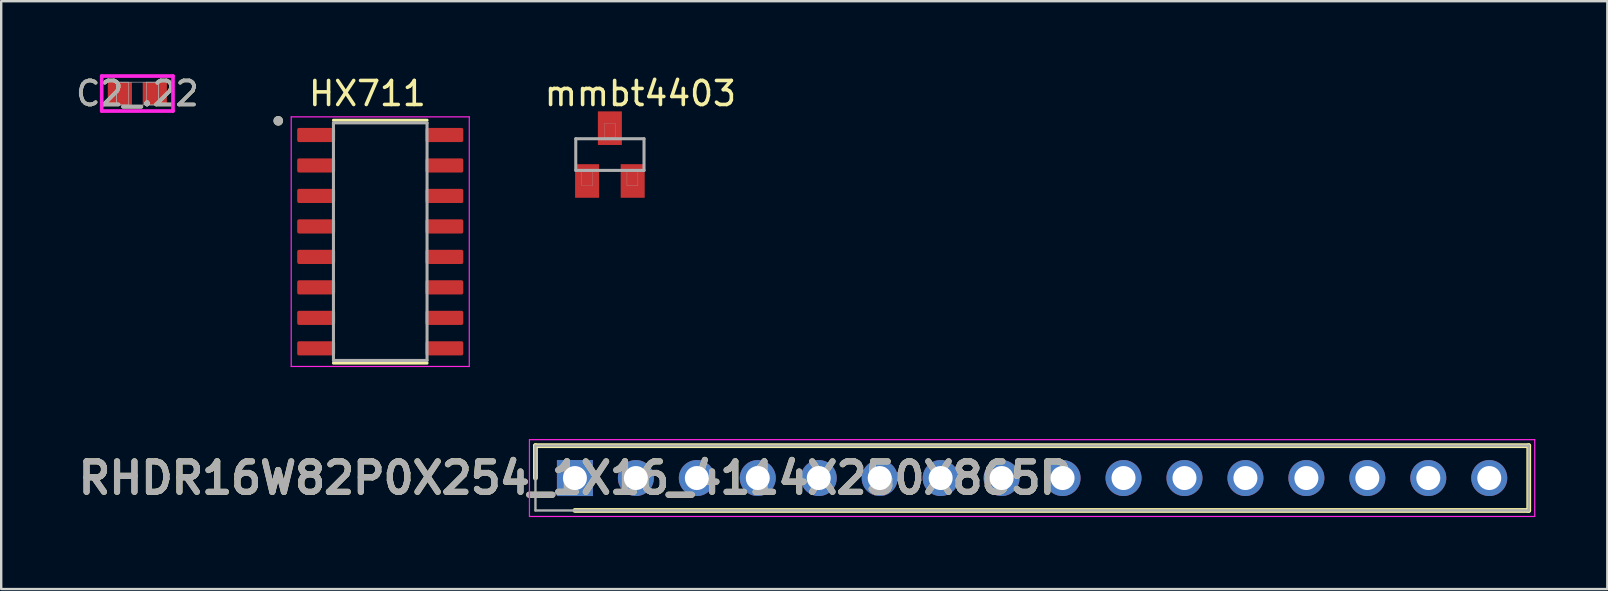
<source format=kicad_pcb>
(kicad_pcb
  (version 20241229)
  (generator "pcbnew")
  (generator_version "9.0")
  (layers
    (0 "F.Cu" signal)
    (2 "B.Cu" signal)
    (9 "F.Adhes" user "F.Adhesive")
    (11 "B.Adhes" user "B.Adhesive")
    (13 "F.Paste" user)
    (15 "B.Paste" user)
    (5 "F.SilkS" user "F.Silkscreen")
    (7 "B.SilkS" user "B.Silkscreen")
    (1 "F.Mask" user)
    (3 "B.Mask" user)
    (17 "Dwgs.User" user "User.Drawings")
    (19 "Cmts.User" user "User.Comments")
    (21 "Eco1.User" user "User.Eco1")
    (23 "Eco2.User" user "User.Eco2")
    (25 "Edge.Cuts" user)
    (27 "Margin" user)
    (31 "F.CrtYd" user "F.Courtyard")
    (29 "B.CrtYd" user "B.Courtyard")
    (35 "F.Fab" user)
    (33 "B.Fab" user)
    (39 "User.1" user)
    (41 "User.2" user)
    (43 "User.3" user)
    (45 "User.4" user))
  (footprint "HX711"
    (layer "F.Cu")
    (at 12.795 7.02)
    (property "Reference" "HX711" (at -0.535 -6.172 0) (layer "F.SilkS") (effects (font (size 1 1) (thickness 0.15))))
    (attr smd)
    (fp_line (start -1.95 -5.06) (end 1.95 -5.06) (stroke (width 0.127) (type solid)) (layer "F.SilkS"))
    (fp_line (start -1.95 5.06) (end 1.95 5.06) (stroke (width 0.127) (type solid)) (layer "F.SilkS"))
    (fp_circle (center -4.25 -5.035) (end -4.15 -5.035) (stroke (width 0.2) (type solid)) (fill no) (layer "F.SilkS"))
    (fp_line (start -3.71 -5.2) (end -3.71 5.2) (stroke (width 0.05) (type solid)) (layer "F.CrtYd"))
    (fp_line (start -3.71 -5.2) (end 3.71 -5.2) (stroke (width 0.05) (type solid)) (layer "F.CrtYd"))
    (fp_line (start -3.71 5.2) (end 3.71 5.2) (stroke (width 0.05) (type solid)) (layer "F.CrtYd"))
    (fp_line (start 3.71 -5.2) (end 3.71 5.2) (stroke (width 0.05) (type solid)) (layer "F.CrtYd"))
    (fp_line (start -1.95 -4.95) (end -1.95 4.95) (stroke (width 0.127) (type solid)) (layer "F.Fab"))
    (fp_line (start -1.95 -4.95) (end 1.95 -4.95) (stroke (width 0.127) (type solid)) (layer "F.Fab"))
    (fp_line (start -1.95 4.95) (end 1.95 4.95) (stroke (width 0.127) (type solid)) (layer "F.Fab"))
    (fp_line (start 1.95 -4.95) (end 1.95 4.95) (stroke (width 0.127) (type solid)) (layer "F.Fab"))
    (fp_circle (center -4.25 -5.035) (end -4.15 -5.035) (stroke (width 0.2) (type solid)) (fill no) (layer "F.Fab"))
    (pad "1" smd roundrect (at -2.67 -4.445) (size 1.58 0.59) (layers "F.Cu" "F.Mask" "F.Paste") (roundrect_rratio 0.125))
    (pad "2" smd roundrect (at -2.67 -3.175) (size 1.58 0.59) (layers "F.Cu" "F.Mask" "F.Paste") (roundrect_rratio 0.125))
    (pad "3" smd roundrect (at -2.67 -1.905) (size 1.58 0.59) (layers "F.Cu" "F.Mask" "F.Paste") (roundrect_rratio 0.125))
    (pad "4" smd roundrect (at -2.67 -0.635) (size 1.58 0.59) (layers "F.Cu" "F.Mask" "F.Paste") (roundrect_rratio 0.125))
    (pad "5" smd roundrect (at -2.67 0.635) (size 1.58 0.59) (layers "F.Cu" "F.Mask" "F.Paste") (roundrect_rratio 0.125))
    (pad "6" smd roundrect (at -2.67 1.905) (size 1.58 0.59) (layers "F.Cu" "F.Mask" "F.Paste") (roundrect_rratio 0.125))
    (pad "7" smd roundrect (at -2.67 3.175) (size 1.58 0.59) (layers "F.Cu" "F.Mask" "F.Paste") (roundrect_rratio 0.125))
    (pad "8" smd roundrect (at -2.67 4.445) (size 1.58 0.59) (layers "F.Cu" "F.Mask" "F.Paste") (roundrect_rratio 0.125))
    (pad "9" smd roundrect (at 2.67 4.445) (size 1.58 0.59) (layers "F.Cu" "F.Mask" "F.Paste") (roundrect_rratio 0.125))
    (pad "10" smd roundrect (at 2.67 3.175) (size 1.58 0.59) (layers "F.Cu" "F.Mask" "F.Paste") (roundrect_rratio 0.125))
    (pad "11" smd roundrect (at 2.67 1.905) (size 1.58 0.59) (layers "F.Cu" "F.Mask" "F.Paste") (roundrect_rratio 0.125))
    (pad "12" smd roundrect (at 2.67 0.635) (size 1.58 0.59) (layers "F.Cu" "F.Mask" "F.Paste") (roundrect_rratio 0.125))
    (pad "13" smd roundrect (at 2.67 -0.635) (size 1.58 0.59) (layers "F.Cu" "F.Mask" "F.Paste") (roundrect_rratio 0.125))
    (pad "14" smd roundrect (at 2.67 -1.905) (size 1.58 0.59) (layers "F.Cu" "F.Mask" "F.Paste") (roundrect_rratio 0.125))
    (pad "15" smd roundrect (at 2.67 -3.175) (size 1.58 0.59) (layers "F.Cu" "F.Mask" "F.Paste") (roundrect_rratio 0.125))
    (pad "16" smd roundrect (at 2.67 -4.445) (size 1.58 0.59) (layers "F.Cu" "F.Mask" "F.Paste") (roundrect_rratio 0.125)))
  (footprint "C2_.22"
    (layer "F.Cu")
    (at 2.673 0.848)
    (property "Reference" "C2_.22" (at 0 0 0) (unlocked yes) (layer "F.SilkS") (effects (font (size 1 1) (thickness 0.15))))
    (attr smd)
    (fp_line (start -1.485 -0.729) (end 1.485 -0.729) (stroke (width 0.152) (type solid)) (layer "F.CrtYd"))
    (fp_line (start -1.485 0.729) (end -1.485 -0.729) (stroke (width 0.152) (type solid)) (layer "F.CrtYd"))
    (fp_line (start 1.485 -0.729) (end 1.485 0.729) (stroke (width 0.152) (type solid)) (layer "F.CrtYd"))
    (fp_line (start 1.485 0.729) (end -1.485 0.729) (stroke (width 0.152) (type solid)) (layer "F.CrtYd"))
    (fp_line (start -0.875 -0.475) (end -0.875 0.475) (stroke (width 0.025) (type solid)) (layer "F.Fab"))
    (fp_line (start -0.875 -0.475) (end -0.875 0.475) (stroke (width 0.025) (type solid)) (layer "F.Fab"))
    (fp_line (start -0.875 0.475) (end -0.375 0.475) (stroke (width 0.025) (type solid)) (layer "F.Fab"))
    (fp_line (start -0.875 0.475) (end 0.875 0.475) (stroke (width 0.025) (type solid)) (layer "F.Fab"))
    (fp_line (start -0.375 -0.475) (end -0.875 -0.475) (stroke (width 0.025) (type solid)) (layer "F.Fab"))
    (fp_line (start -0.375 0.475) (end -0.375 -0.475) (stroke (width 0.025) (type solid)) (layer "F.Fab"))
    (fp_line (start 0.375 -0.475) (end 0.375 0.475) (stroke (width 0.025) (type solid)) (layer "F.Fab"))
    (fp_line (start 0.375 0.475) (end 0.875 0.475) (stroke (width 0.025) (type solid)) (layer "F.Fab"))
    (fp_line (start 0.875 -0.475) (end -0.875 -0.475) (stroke (width 0.025) (type solid)) (layer "F.Fab"))
    (fp_line (start 0.875 -0.475) (end 0.375 -0.475) (stroke (width 0.025) (type solid)) (layer "F.Fab"))
    (fp_line (start 0.875 0.475) (end 0.875 -0.475) (stroke (width 0.025) (type solid)) (layer "F.Fab"))
    (fp_line (start 0.875 0.475) (end 0.875 -0.475) (stroke (width 0.025) (type solid)) (layer "F.Fab"))
    (fp_text user "${REFERENCE}" (at 0 0 0) (unlocked yes) (layer "F.Fab") (effects (font (size 1 1) (thickness 0.15))))
    (pad "1" smd rect (at -0.728 0) (size 1.006 0.95) (layers "F.Cu" "F.Mask" "F.Paste"))
    (pad "2" smd rect (at 0.728 0) (size 1.006 0.95) (layers "F.Cu" "F.Mask" "F.Paste"))
    (zone (net_name "") (layer "F.Cu") (hatch full 0.508) (connect_pads) (min_thickness 0.254) (filled_areas_thickness no) (keepout (tracks not_allowed) (vias not_allowed) (pads allowed) (copperpour not_allowed) (footprints allowed)) (placement (enabled no)) (fill) (polygon (pts (xy 2.498 0.424) (xy 2.847 0.424) (xy 2.847 1.272) (xy 2.498 1.272)))))
  (footprint "mmbt4403"
    (layer "F.Cu")
    (at 22.364 3.391)
    (property "Reference" "mmbt4403" (at 1.271 -2.543 0) (layer "F.SilkS") (effects (font (size 1.001 1.001) (thickness 0.15))))
    (attr smd)
    (fp_line (start -1.422 -0.66) (end 1.422 -0.66) (stroke (width 0.127) (type solid)) (layer "F.Fab"))
    (fp_line (start -1.422 0.66) (end -1.422 -0.66) (stroke (width 0.127) (type solid)) (layer "F.Fab"))
    (fp_line (start 1.422 -0.66) (end 1.422 0.66) (stroke (width 0.127) (type solid)) (layer "F.Fab"))
    (fp_line (start 1.422 0.66) (end -1.422 0.66) (stroke (width 0.127) (type solid)) (layer "F.Fab"))
    (fp_poly (pts (xy -1.17 0.711) (xy -0.711 0.711) (xy -0.711 1.297) (xy -1.17 1.297)) (stroke (width 0.01) (type solid)) (fill no) (layer "F.Fab"))
    (fp_poly (pts (xy -0.229 -1.295) (xy 0.229 -1.295) (xy 0.229 -0.711) (xy -0.229 -0.711)) (stroke (width 0.01) (type solid)) (fill no) (layer "F.Fab"))
    (fp_poly (pts (xy 0.711 0.711) (xy 1.168 0.711) (xy 1.168 1.296) (xy 0.711 1.296)) (stroke (width 0.01) (type solid)) (fill no) (layer "F.Fab"))
    (pad "B" smd rect (at -0.95 1.1) (size 1 1.4) (layers "F.Cu" "F.Mask" "F.Paste"))
    (pad "C" smd rect (at 0 -1.1) (size 1 1.4) (layers "F.Cu" "F.Mask" "F.Paste"))
    (pad "E" smd rect (at 0.95 1.1) (size 1 1.4) (layers "F.Cu" "F.Mask" "F.Paste")))
  (footprint "RHDR16W82P0X254_1X16_4114X250X865P"
    (layer "F.Cu")
    (at 20.907 16.87)
    (property "Reference" "RHDR16W82P0X254_1X16_4114X250X865P" (at 0 0 0) (layer "F.SilkS") (effects (font (size 1.27 1.27) (thickness 0.254))))
    (attr through_hole)
    (fp_line (start -1.645 -1.35) (end -1.645 0) (stroke (width 0.2) (type solid)) (layer "F.SilkS"))
    (fp_line (start 0 1.35) (end 39.745 1.35) (stroke (width 0.2) (type solid)) (layer "F.SilkS"))
    (fp_line (start 39.745 -1.35) (end -1.645 -1.35) (stroke (width 0.2) (type solid)) (layer "F.SilkS"))
    (fp_line (start 39.745 1.35) (end 39.745 -1.35) (stroke (width 0.2) (type solid)) (layer "F.SilkS"))
    (fp_line (start -1.895 -1.6) (end 39.995 -1.6) (stroke (width 0.05) (type solid)) (layer "F.CrtYd"))
    (fp_line (start -1.895 1.6) (end -1.895 -1.6) (stroke (width 0.05) (type solid)) (layer "F.CrtYd"))
    (fp_line (start 39.995 -1.6) (end 39.995 1.6) (stroke (width 0.05) (type solid)) (layer "F.CrtYd"))
    (fp_line (start 39.995 1.6) (end -1.895 1.6) (stroke (width 0.05) (type solid)) (layer "F.CrtYd"))
    (fp_line (start -1.645 -1.35) (end 39.745 -1.35) (stroke (width 0.1) (type solid)) (layer "F.Fab"))
    (fp_line (start -1.645 1.35) (end -1.645 -1.35) (stroke (width 0.1) (type solid)) (layer "F.Fab"))
    (fp_line (start 39.745 -1.35) (end 39.745 1.35) (stroke (width 0.1) (type solid)) (layer "F.Fab"))
    (fp_line (start 39.745 1.35) (end -1.645 1.35) (stroke (width 0.1) (type solid)) (layer "F.Fab"))
    (fp_text user "${REFERENCE}" (at 0 0 0) (layer "F.Fab") (effects (font (size 1.27 1.27) (thickness 0.254))))
    (pad "1" thru_hole rect (at 0 0) (size 1.5 1.5) (drill 1) (layers "*.Cu" "*.Mask"))
    (pad "2" thru_hole circle (at 2.54 0) (size 1.5 1.5) (drill 1) (layers "*.Cu" "*.Mask"))
    (pad "3" thru_hole circle (at 5.08 0) (size 1.5 1.5) (drill 1) (layers "*.Cu" "*.Mask"))
    (pad "4" thru_hole circle (at 7.62 0) (size 1.5 1.5) (drill 1) (layers "*.Cu" "*.Mask"))
    (pad "5" thru_hole circle (at 10.16 0) (size 1.5 1.5) (drill 1) (layers "*.Cu" "*.Mask"))
    (pad "6" thru_hole circle (at 12.7 0) (size 1.5 1.5) (drill 1) (layers "*.Cu" "*.Mask"))
    (pad "7" thru_hole circle (at 15.24 0) (size 1.5 1.5) (drill 1) (layers "*.Cu" "*.Mask"))
    (pad "8" thru_hole circle (at 17.78 0) (size 1.5 1.5) (drill 1) (layers "*.Cu" "*.Mask"))
    (pad "9" thru_hole circle (at 20.32 0) (size 1.5 1.5) (drill 1) (layers "*.Cu" "*.Mask"))
    (pad "10" thru_hole circle (at 22.86 0) (size 1.5 1.5) (drill 1) (layers "*.Cu" "*.Mask"))
    (pad "11" thru_hole circle (at 25.4 0) (size 1.5 1.5) (drill 1) (layers "*.Cu" "*.Mask"))
    (pad "12" thru_hole circle (at 27.94 0) (size 1.5 1.5) (drill 1) (layers "*.Cu" "*.Mask"))
    (pad "13" thru_hole circle (at 30.48 0) (size 1.5 1.5) (drill 1) (layers "*.Cu" "*.Mask"))
    (pad "14" thru_hole circle (at 33.02 0) (size 1.5 1.5) (drill 1) (layers "*.Cu" "*.Mask"))
    (pad "15" thru_hole circle (at 35.56 0) (size 1.5 1.5) (drill 1) (layers "*.Cu" "*.Mask"))
    (pad "16" thru_hole circle (at 38.1 0) (size 1.5 1.5) (drill 1) (layers "*.Cu" "*.Mask")))
  (gr_rect
    (start -3 -3)
    (end 63.927 21.495)
    (stroke (width 0.1) (type default))
    (fill no)
    (layer "Edge.Cuts")))
</source>
